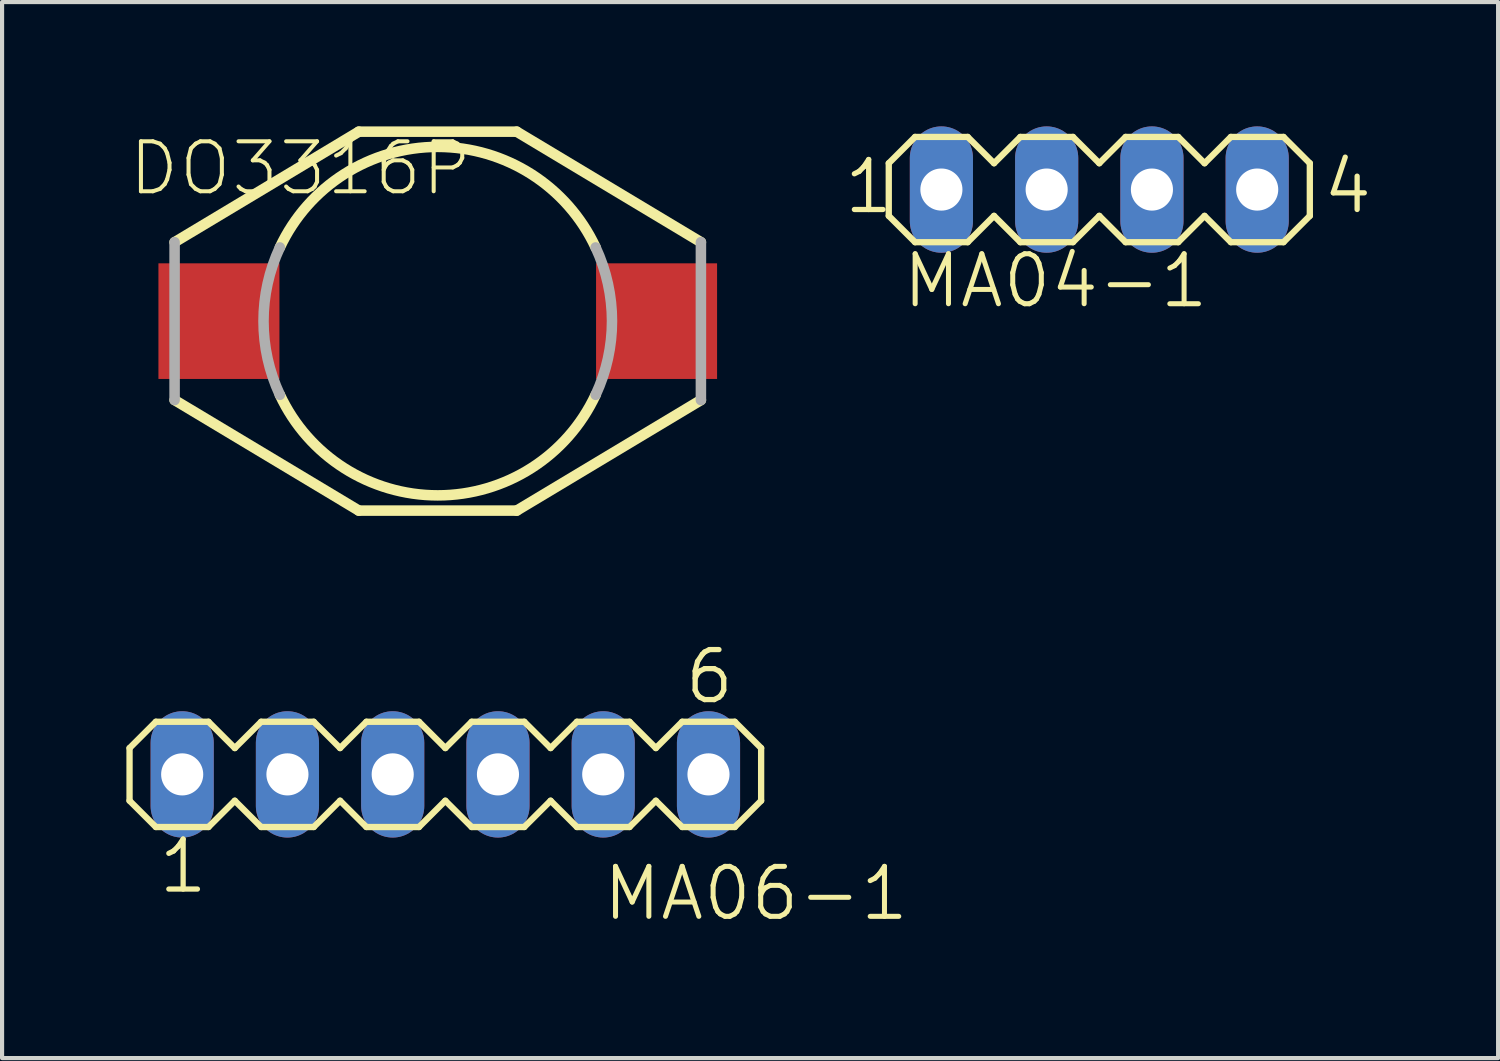
<source format=kicad_pcb>
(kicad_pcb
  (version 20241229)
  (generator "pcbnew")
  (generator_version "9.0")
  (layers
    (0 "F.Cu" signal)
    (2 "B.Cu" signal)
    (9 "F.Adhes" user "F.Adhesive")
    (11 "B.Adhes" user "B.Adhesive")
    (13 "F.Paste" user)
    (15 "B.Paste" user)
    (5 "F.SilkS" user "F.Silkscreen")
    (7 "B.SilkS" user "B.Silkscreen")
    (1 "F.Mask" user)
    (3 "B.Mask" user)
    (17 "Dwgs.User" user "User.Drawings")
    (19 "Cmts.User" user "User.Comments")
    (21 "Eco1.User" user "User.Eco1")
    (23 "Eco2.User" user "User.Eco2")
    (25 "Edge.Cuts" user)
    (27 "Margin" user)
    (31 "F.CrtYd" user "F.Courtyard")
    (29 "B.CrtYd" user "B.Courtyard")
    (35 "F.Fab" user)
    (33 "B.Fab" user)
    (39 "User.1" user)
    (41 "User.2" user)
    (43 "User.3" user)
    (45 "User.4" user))
  (footprint "MA06-1"
    (layer "F.Cu")
    (at 7.696 15.636)
    (property "Reference" "MA06-1" (at 3.74 3.579 180) (layer "F.SilkS") (effects (font (size 1.206 1.206) (thickness 0.121)) (justify left bottom)))
    (attr through_hole)
    (fp_line (start -7.62 -0.635) (end -7.62 0.635) (stroke (width 0.152) (type solid)) (layer "F.SilkS"))
    (fp_line (start -7.62 0.635) (end -6.985 1.27) (stroke (width 0.152) (type solid)) (layer "F.SilkS"))
    (fp_line (start -6.985 -1.27) (end -7.62 -0.635) (stroke (width 0.152) (type solid)) (layer "F.SilkS"))
    (fp_line (start -6.985 -1.27) (end -5.715 -1.27) (stroke (width 0.152) (type solid)) (layer "F.SilkS"))
    (fp_line (start -5.715 -1.27) (end -5.08 -0.635) (stroke (width 0.152) (type solid)) (layer "F.SilkS"))
    (fp_line (start -5.715 1.27) (end -6.985 1.27) (stroke (width 0.152) (type solid)) (layer "F.SilkS"))
    (fp_line (start -5.08 -0.635) (end -4.445 -1.27) (stroke (width 0.152) (type solid)) (layer "F.SilkS"))
    (fp_line (start -5.08 0.635) (end -5.715 1.27) (stroke (width 0.152) (type solid)) (layer "F.SilkS"))
    (fp_line (start -4.445 -1.27) (end -3.175 -1.27) (stroke (width 0.152) (type solid)) (layer "F.SilkS"))
    (fp_line (start -4.445 1.27) (end -5.08 0.635) (stroke (width 0.152) (type solid)) (layer "F.SilkS"))
    (fp_line (start -3.175 -1.27) (end -2.54 -0.635) (stroke (width 0.152) (type solid)) (layer "F.SilkS"))
    (fp_line (start -3.175 1.27) (end -4.445 1.27) (stroke (width 0.152) (type solid)) (layer "F.SilkS"))
    (fp_line (start -2.54 -0.635) (end -1.905 -1.27) (stroke (width 0.152) (type solid)) (layer "F.SilkS"))
    (fp_line (start -2.54 0.635) (end -3.175 1.27) (stroke (width 0.152) (type solid)) (layer "F.SilkS"))
    (fp_line (start -1.905 -1.27) (end -0.635 -1.27) (stroke (width 0.152) (type solid)) (layer "F.SilkS"))
    (fp_line (start -1.905 1.27) (end -2.54 0.635) (stroke (width 0.152) (type solid)) (layer "F.SilkS"))
    (fp_line (start -0.635 -1.27) (end 0 -0.635) (stroke (width 0.152) (type solid)) (layer "F.SilkS"))
    (fp_line (start -0.635 1.27) (end -1.905 1.27) (stroke (width 0.152) (type solid)) (layer "F.SilkS"))
    (fp_line (start 0 0.635) (end -0.635 1.27) (stroke (width 0.152) (type solid)) (layer "F.SilkS"))
    (fp_line (start 0 0.635) (end 0.635 1.27) (stroke (width 0.152) (type solid)) (layer "F.SilkS"))
    (fp_line (start 0.635 -1.27) (end 0 -0.635) (stroke (width 0.152) (type solid)) (layer "F.SilkS"))
    (fp_line (start 0.635 -1.27) (end 1.905 -1.27) (stroke (width 0.152) (type solid)) (layer "F.SilkS"))
    (fp_line (start 1.905 -1.27) (end 2.54 -0.635) (stroke (width 0.152) (type solid)) (layer "F.SilkS"))
    (fp_line (start 1.905 1.27) (end 0.635 1.27) (stroke (width 0.152) (type solid)) (layer "F.SilkS"))
    (fp_line (start 2.54 -0.635) (end 3.175 -1.27) (stroke (width 0.152) (type solid)) (layer "F.SilkS"))
    (fp_line (start 2.54 0.635) (end 1.905 1.27) (stroke (width 0.152) (type solid)) (layer "F.SilkS"))
    (fp_line (start 3.175 -1.27) (end 4.445 -1.27) (stroke (width 0.152) (type solid)) (layer "F.SilkS"))
    (fp_line (start 3.175 1.27) (end 2.54 0.635) (stroke (width 0.152) (type solid)) (layer "F.SilkS"))
    (fp_line (start 4.445 -1.27) (end 5.08 -0.635) (stroke (width 0.152) (type solid)) (layer "F.SilkS"))
    (fp_line (start 4.445 1.27) (end 3.175 1.27) (stroke (width 0.152) (type solid)) (layer "F.SilkS"))
    (fp_line (start 5.08 -0.635) (end 5.715 -1.27) (stroke (width 0.152) (type solid)) (layer "F.SilkS"))
    (fp_line (start 5.08 0.635) (end 4.445 1.27) (stroke (width 0.152) (type solid)) (layer "F.SilkS"))
    (fp_line (start 5.715 -1.27) (end 6.985 -1.27) (stroke (width 0.152) (type solid)) (layer "F.SilkS"))
    (fp_line (start 5.715 1.27) (end 5.08 0.635) (stroke (width 0.152) (type solid)) (layer "F.SilkS"))
    (fp_line (start 6.985 -1.27) (end 7.62 -0.635) (stroke (width 0.152) (type solid)) (layer "F.SilkS"))
    (fp_line (start 6.985 1.27) (end 5.715 1.27) (stroke (width 0.152) (type solid)) (layer "F.SilkS"))
    (fp_line (start 7.62 -0.635) (end 7.62 0.635) (stroke (width 0.152) (type solid)) (layer "F.SilkS"))
    (fp_line (start 7.62 0.635) (end 6.985 1.27) (stroke (width 0.152) (type solid)) (layer "F.SilkS"))
    (fp_poly (pts (xy -6.604 0.254) (xy -6.096 0.254) (xy -6.096 -0.254) (xy -6.604 -0.254)) (stroke (width 0.1) (type solid)) (fill no) (layer "F.Fab"))
    (fp_poly (pts (xy -4.064 0.254) (xy -3.556 0.254) (xy -3.556 -0.254) (xy -4.064 -0.254)) (stroke (width 0.1) (type solid)) (fill no) (layer "F.Fab"))
    (fp_poly (pts (xy -1.524 0.254) (xy -1.016 0.254) (xy -1.016 -0.254) (xy -1.524 -0.254)) (stroke (width 0.1) (type solid)) (fill no) (layer "F.Fab"))
    (fp_poly (pts (xy 1.016 0.254) (xy 1.524 0.254) (xy 1.524 -0.254) (xy 1.016 -0.254)) (stroke (width 0.1) (type solid)) (fill no) (layer "F.Fab"))
    (fp_poly (pts (xy 3.556 0.254) (xy 4.064 0.254) (xy 4.064 -0.254) (xy 3.556 -0.254)) (stroke (width 0.1) (type solid)) (fill no) (layer "F.Fab"))
    (fp_poly (pts (xy 6.096 0.254) (xy 6.604 0.254) (xy 6.604 -0.254) (xy 6.096 -0.254)) (stroke (width 0.1) (type solid)) (fill no) (layer "F.Fab"))
    (fp_text user "1" (at -6.985 2.921 0) (layer "F.SilkS") (effects (font (size 1.206 1.206) (thickness 0.127)) (justify left bottom)))
    (fp_text user "6" (at 5.715 -1.651 0) (layer "F.SilkS") (effects (font (size 1.206 1.206) (thickness 0.127)) (justify left bottom)))
    (pad "1" thru_hole oval (at -6.35 0 90) (size 3.048 1.524) (drill 1.016) (layers "*.Cu" "*.Mask"))
    (pad "2" thru_hole oval (at -3.81 0 90) (size 3.048 1.524) (drill 1.016) (layers "*.Cu" "*.Mask"))
    (pad "3" thru_hole oval (at -1.27 0 90) (size 3.048 1.524) (drill 1.016) (layers "*.Cu" "*.Mask"))
    (pad "4" thru_hole oval (at 1.27 0 90) (size 3.048 1.524) (drill 1.016) (layers "*.Cu" "*.Mask"))
    (pad "5" thru_hole oval (at 3.81 0 90) (size 3.048 1.524) (drill 1.016) (layers "*.Cu" "*.Mask"))
    (pad "6" thru_hole oval (at 6.35 0 90) (size 3.048 1.524) (drill 1.016) (layers "*.Cu" "*.Mask")))
  (footprint "MA04-1"
    (layer "F.Cu")
    (at 23.476 1.524)
    (property "Reference" "MA04-1" (at -4.81 2.909 0) (layer "F.SilkS") (effects (font (size 1.206 1.206) (thickness 0.121)) (justify left bottom)))
    (attr through_hole)
    (fp_line (start -5.08 -0.635) (end -5.08 0.635) (stroke (width 0.152) (type solid)) (layer "F.SilkS"))
    (fp_line (start -5.08 0.635) (end -4.445 1.27) (stroke (width 0.152) (type solid)) (layer "F.SilkS"))
    (fp_line (start -4.445 -1.27) (end -5.08 -0.635) (stroke (width 0.152) (type solid)) (layer "F.SilkS"))
    (fp_line (start -4.445 -1.27) (end -3.175 -1.27) (stroke (width 0.152) (type solid)) (layer "F.SilkS"))
    (fp_line (start -3.175 -1.27) (end -2.54 -0.635) (stroke (width 0.152) (type solid)) (layer "F.SilkS"))
    (fp_line (start -3.175 1.27) (end -4.445 1.27) (stroke (width 0.152) (type solid)) (layer "F.SilkS"))
    (fp_line (start -2.54 -0.635) (end -1.905 -1.27) (stroke (width 0.152) (type solid)) (layer "F.SilkS"))
    (fp_line (start -2.54 0.635) (end -3.175 1.27) (stroke (width 0.152) (type solid)) (layer "F.SilkS"))
    (fp_line (start -1.905 -1.27) (end -0.635 -1.27) (stroke (width 0.152) (type solid)) (layer "F.SilkS"))
    (fp_line (start -1.905 1.27) (end -2.54 0.635) (stroke (width 0.152) (type solid)) (layer "F.SilkS"))
    (fp_line (start -0.635 -1.27) (end 0 -0.635) (stroke (width 0.152) (type solid)) (layer "F.SilkS"))
    (fp_line (start -0.635 1.27) (end -1.905 1.27) (stroke (width 0.152) (type solid)) (layer "F.SilkS"))
    (fp_line (start 0 -0.635) (end 0.635 -1.27) (stroke (width 0.152) (type solid)) (layer "F.SilkS"))
    (fp_line (start 0 0.635) (end -0.635 1.27) (stroke (width 0.152) (type solid)) (layer "F.SilkS"))
    (fp_line (start 0.635 -1.27) (end 1.905 -1.27) (stroke (width 0.152) (type solid)) (layer "F.SilkS"))
    (fp_line (start 0.635 1.27) (end 0 0.635) (stroke (width 0.152) (type solid)) (layer "F.SilkS"))
    (fp_line (start 1.905 -1.27) (end 2.54 -0.635) (stroke (width 0.152) (type solid)) (layer "F.SilkS"))
    (fp_line (start 1.905 1.27) (end 0.635 1.27) (stroke (width 0.152) (type solid)) (layer "F.SilkS"))
    (fp_line (start 2.54 0.635) (end 1.905 1.27) (stroke (width 0.152) (type solid)) (layer "F.SilkS"))
    (fp_line (start 2.54 0.635) (end 3.175 1.27) (stroke (width 0.152) (type solid)) (layer "F.SilkS"))
    (fp_line (start 3.175 -1.27) (end 2.54 -0.635) (stroke (width 0.152) (type solid)) (layer "F.SilkS"))
    (fp_line (start 3.175 -1.27) (end 4.445 -1.27) (stroke (width 0.152) (type solid)) (layer "F.SilkS"))
    (fp_line (start 4.445 -1.27) (end 5.08 -0.635) (stroke (width 0.152) (type solid)) (layer "F.SilkS"))
    (fp_line (start 4.445 1.27) (end 3.175 1.27) (stroke (width 0.152) (type solid)) (layer "F.SilkS"))
    (fp_line (start 5.08 -0.635) (end 5.08 0.635) (stroke (width 0.152) (type solid)) (layer "F.SilkS"))
    (fp_line (start 5.08 0.635) (end 4.445 1.27) (stroke (width 0.152) (type solid)) (layer "F.SilkS"))
    (fp_poly (pts (xy -4.064 0.254) (xy -3.556 0.254) (xy -3.556 -0.254) (xy -4.064 -0.254)) (stroke (width 0.1) (type solid)) (fill no) (layer "F.Fab"))
    (fp_poly (pts (xy -1.524 0.254) (xy -1.016 0.254) (xy -1.016 -0.254) (xy -1.524 -0.254)) (stroke (width 0.1) (type solid)) (fill no) (layer "F.Fab"))
    (fp_poly (pts (xy 1.016 0.254) (xy 1.524 0.254) (xy 1.524 -0.254) (xy 1.016 -0.254)) (stroke (width 0.1) (type solid)) (fill no) (layer "F.Fab"))
    (fp_poly (pts (xy 3.556 0.254) (xy 4.064 0.254) (xy 4.064 -0.254) (xy 3.556 -0.254)) (stroke (width 0.1) (type solid)) (fill no) (layer "F.Fab"))
    (fp_text user "1" (at -6.223 0.635 0) (layer "F.SilkS") (effects (font (size 1.206 1.206) (thickness 0.127)) (justify left bottom)))
    (fp_text user "4" (at 5.334 0.635 0) (layer "F.SilkS") (effects (font (size 1.206 1.206) (thickness 0.127)) (justify left bottom)))
    (pad "1" thru_hole oval (at -3.81 0 90) (size 3.048 1.524) (drill 1.016) (layers "*.Cu" "*.Mask"))
    (pad "2" thru_hole oval (at -1.27 0 90) (size 3.048 1.524) (drill 1.016) (layers "*.Cu" "*.Mask"))
    (pad "3" thru_hole oval (at 1.27 0 90) (size 3.048 1.524) (drill 1.016) (layers "*.Cu" "*.Mask"))
    (pad "4" thru_hole oval (at 3.81 0 90) (size 3.048 1.524) (drill 1.016) (layers "*.Cu" "*.Mask")))
  (footprint "DO3316P"
    (layer "F.Cu")
    (at 7.513 4.699)
    (property "Reference" "DO3316P" (at -7.513 -2.981 0) (layer "F.SilkS") (effects (font (size 1.206 1.206) (thickness 0.097)) (justify left bottom)))
    (attr through_hole)
    (fp_line (start -6.35 -1.905) (end -1.905 -4.572) (stroke (width 0.254) (type solid)) (layer "F.SilkS"))
    (fp_line (start -6.35 1.905) (end -1.905 4.572) (stroke (width 0.254) (type solid)) (layer "F.SilkS"))
    (fp_line (start -1.905 -4.572) (end 1.905 -4.572) (stroke (width 0.254) (type solid)) (layer "F.SilkS"))
    (fp_line (start -1.905 4.572) (end 1.905 4.572) (stroke (width 0.254) (type solid)) (layer "F.SilkS"))
    (fp_line (start 6.35 -1.905) (end 1.905 -4.572) (stroke (width 0.254) (type solid)) (layer "F.SilkS"))
    (fp_line (start 6.35 1.905) (end 1.905 4.572) (stroke (width 0.254) (type solid)) (layer "F.SilkS"))
    (fp_arc (start -3.81 -1.778) (mid 0 -4.204448) (end 3.81 -1.778) (stroke (width 0.254) (type solid)) (layer "F.SilkS"))
    (fp_arc (start 3.81 1.778) (mid 0 4.204448) (end -3.81 1.778) (stroke (width 0.254) (type solid)) (layer "F.SilkS"))
    (fp_line (start -6.35 -1.905) (end -6.35 1.905) (stroke (width 0.254) (type solid)) (layer "F.Fab"))
    (fp_line (start 6.35 -1.905) (end 6.35 1.905) (stroke (width 0.254) (type solid)) (layer "F.Fab"))
    (fp_arc (start -3.81 1.778) (mid -4.204448 0) (end -3.81 -1.778) (stroke (width 0.254) (type solid)) (layer "F.Fab"))
    (fp_arc (start 3.81 -1.778) (mid 4.204448 0) (end 3.81 1.778) (stroke (width 0.254) (type solid)) (layer "F.Fab"))
    (pad "1" smd rect (at -5.28 0) (size 2.92 2.79) (layers "F.Cu" "F.Mask" "F.Paste"))
    (pad "2" smd rect (at 5.28 0) (size 2.92 2.79) (layers "F.Cu" "F.Mask" "F.Paste")))
  (gr_rect
    (start -3 -3)
    (end 33.099 22.482)
    (stroke (width 0.1) (type default))
    (fill no)
    (layer "Edge.Cuts")))
</source>
